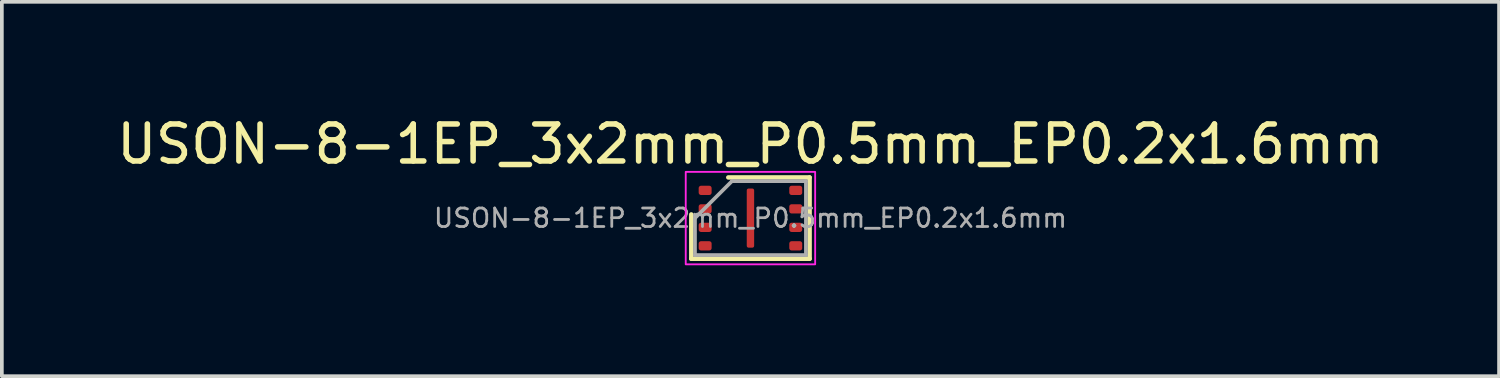
<source format=kicad_pcb>
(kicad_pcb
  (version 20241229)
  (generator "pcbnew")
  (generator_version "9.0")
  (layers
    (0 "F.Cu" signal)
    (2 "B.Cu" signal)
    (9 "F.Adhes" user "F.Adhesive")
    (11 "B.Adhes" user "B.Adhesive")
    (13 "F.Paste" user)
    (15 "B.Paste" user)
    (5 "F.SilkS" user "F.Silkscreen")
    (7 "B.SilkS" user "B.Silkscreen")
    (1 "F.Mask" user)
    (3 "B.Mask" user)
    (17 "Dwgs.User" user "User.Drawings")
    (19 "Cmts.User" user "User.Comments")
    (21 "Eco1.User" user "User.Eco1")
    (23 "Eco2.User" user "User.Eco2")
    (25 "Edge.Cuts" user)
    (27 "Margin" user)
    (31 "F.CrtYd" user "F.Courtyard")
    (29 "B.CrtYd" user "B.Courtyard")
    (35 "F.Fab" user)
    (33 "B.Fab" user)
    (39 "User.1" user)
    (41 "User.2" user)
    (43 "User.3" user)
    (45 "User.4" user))
  (footprint "USON-8-1EP_3x2mm_P0.5mm_EP0.2x1.6mm"
    (layer "F.Cu")
    (at 17.244 2.848)
    (property "Reference" "USON-8-1EP_3x2mm_P0.5mm_EP0.2x1.6mm" (at 0 -2 0) (unlocked yes) (layer "F.SilkS") (effects (font (size 1 1) (thickness 0.15))))
    (attr smd)
    (fp_line (start -1.6 1.1) (end -1.6 -0.1) (stroke (width 0.12) (type solid)) (layer "F.SilkS"))
    (fp_line (start -1.6 1.1) (end 1.6 1.1) (stroke (width 0.12) (type solid)) (layer "F.SilkS"))
    (fp_line (start -0.6 -1.1) (end 1.6 -1.1) (stroke (width 0.12) (type solid)) (layer "F.SilkS"))
    (fp_line (start 1.6 1.1) (end 1.6 -1.1) (stroke (width 0.12) (type solid)) (layer "F.SilkS"))
    (fp_rect (start -1.75 -1.25) (end 1.75 1.25) (stroke (width 0.05) (type solid)) (fill no) (layer "F.CrtYd"))
    (fp_line (start -1.5 0) (end -0.5 -1) (stroke (width 0.1) (type solid)) (layer "F.Fab"))
    (fp_line (start -1.5 1) (end -1.5 0) (stroke (width 0.1) (type solid)) (layer "F.Fab"))
    (fp_line (start -0.5 -1) (end 1.5 -1) (stroke (width 0.1) (type solid)) (layer "F.Fab"))
    (fp_line (start 1.5 -1) (end 1.5 1) (stroke (width 0.1) (type solid)) (layer "F.Fab"))
    (fp_line (start 1.5 1) (end -1.5 1) (stroke (width 0.1) (type solid)) (layer "F.Fab"))
    (fp_text user "${REFERENCE}" (at 0 0 0) (unlocked yes) (layer "F.Fab") (effects (font (size 0.5 0.5) (thickness 0.075))))
    (pad "1" smd roundrect (at -1.225 -0.75) (size 0.35 0.25) (layers "F.Cu" "F.Mask" "F.Paste") (roundrect_rratio 0.25))
    (pad "2" smd roundrect (at -1.225 -0.25) (size 0.35 0.25) (layers "F.Cu" "F.Mask" "F.Paste") (roundrect_rratio 0.25))
    (pad "3" smd roundrect (at -1.225 0.25) (size 0.35 0.25) (layers "F.Cu" "F.Mask" "F.Paste") (roundrect_rratio 0.25))
    (pad "4" smd roundrect (at -1.225 0.75) (size 0.35 0.25) (layers "F.Cu" "F.Mask" "F.Paste") (roundrect_rratio 0.25))
    (pad "5" smd roundrect (at 1.225 0.75) (size 0.35 0.25) (layers "F.Cu" "F.Mask" "F.Paste") (roundrect_rratio 0.25))
    (pad "6" smd roundrect (at 1.225 0.25) (size 0.35 0.25) (layers "F.Cu" "F.Mask" "F.Paste") (roundrect_rratio 0.25))
    (pad "7" smd roundrect (at 1.225 -0.25) (size 0.35 0.25) (layers "F.Cu" "F.Mask" "F.Paste") (roundrect_rratio 0.25))
    (pad "8" smd roundrect (at 1.225 -0.75) (size 0.35 0.25) (layers "F.Cu" "F.Mask" "F.Paste") (roundrect_rratio 0.25))
    (pad "9" smd roundrect (at 0 0) (size 0.2 1.6) (layers "F.Cu" "F.Mask" "F.Paste") (roundrect_rratio 0.25)))
  (gr_rect
    (start -3 -3)
    (end 37.488 7.123)
    (stroke (width 0.1) (type default))
    (fill no)
    (layer "Edge.Cuts")))
</source>
